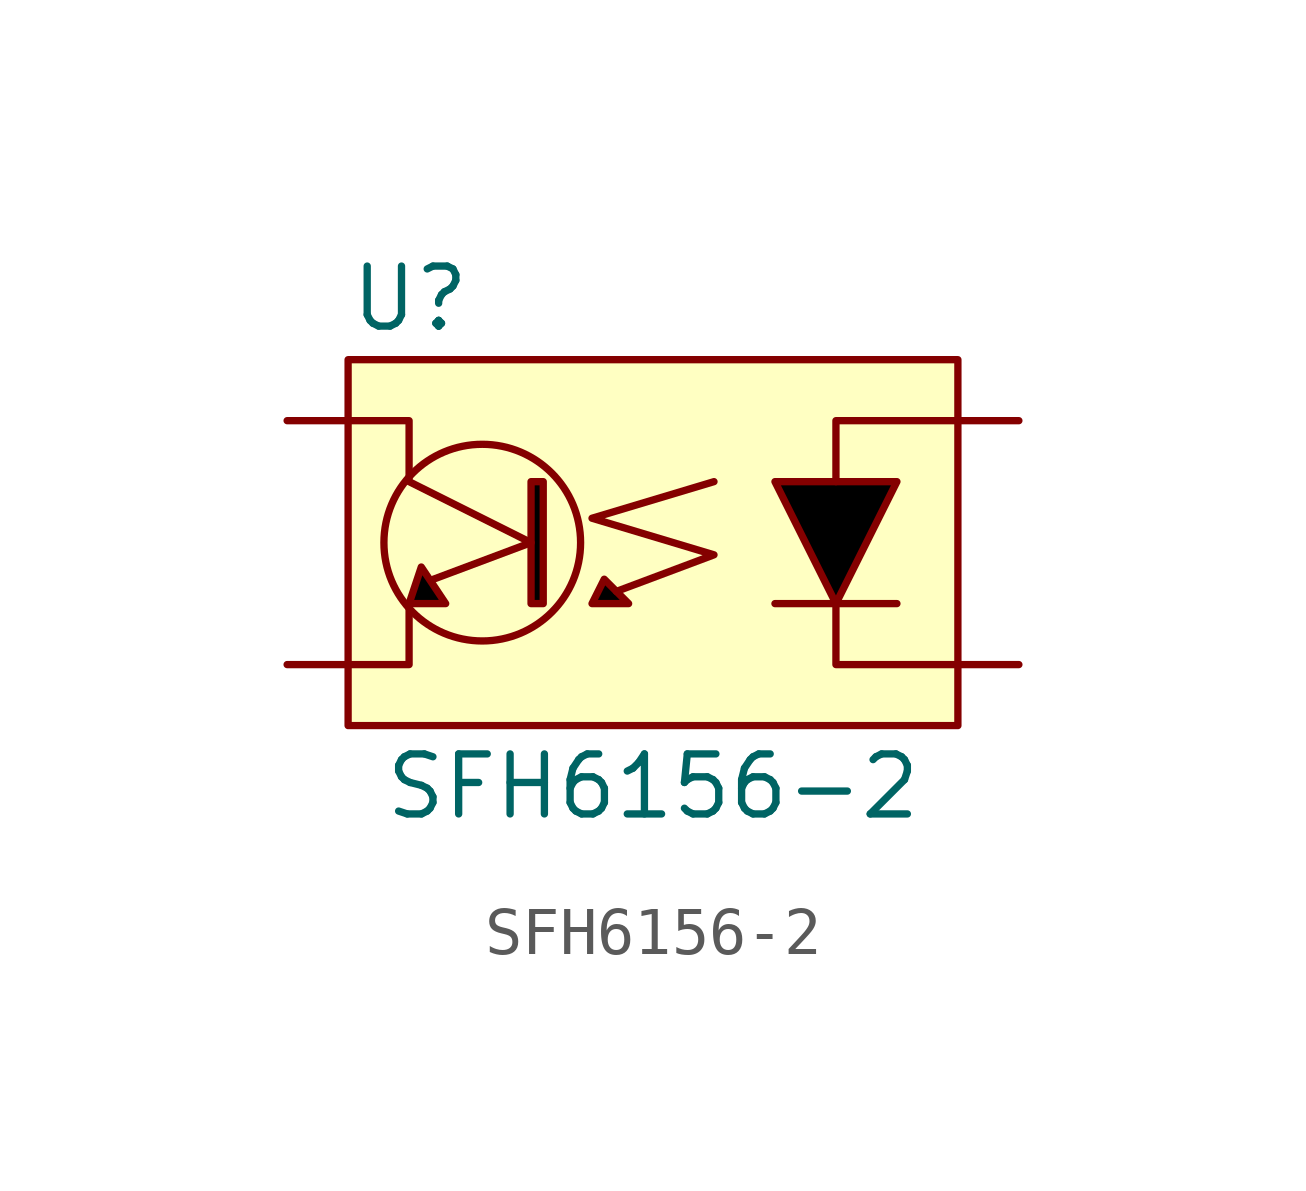
<source format=kicad_sym>
(kicad_symbol_lib
  (version 20231120)
  (generator "kicad_symbol_editor")
  (generator_version "8.0")
  (symbol "SFH6156-2"
    (pin_numbers hide)
    (pin_names hide)
    (property "Reference" "U"
      (at -6.35 5.08 0)
      (effects (font (size 1.25 1.25)) (justify left)))
    (property "Value" "SFH6156-2"
      (at 0 -5.08 0)
      (effects (font (size 1.25 1.25))))
    (symbol "SFH6156-2_0_1"
      (polyline (pts (xy 2.54 -1.27) (xy 5.08 -1.27)) (stroke (width 0) (type default)) (fill (type none)))
      (polyline (pts (xy 3.81 -1.27) (xy 3.81 -2.54) (xy 6.35 -2.54)) (stroke (width 0) (type default)) (fill (type none)))
      (polyline (pts (xy 6.35 2.54) (xy 3.81 2.54) (xy 3.81 1.27)) (stroke (width 0) (type default)) (fill (type none))))
    (symbol "SFH6156-2_1_1"
      (rectangle (start -6.35 3.81) (end 6.35 -3.81) (stroke (width 0) (type default)) (fill (type background)))
      (circle (center -3.556 0) (radius 2.048) (stroke (width 0) (type default)) (fill (type none)))
      (rectangle (start -2.54 1.27) (end -2.286 -1.27) (stroke (width 0) (type default)) (fill (type color) (color 0 0 0 1)))
      (polyline (pts (xy -5.08 -1.27) (xy -5.08 -2.54) (xy -6.35 -2.54)) (stroke (width 0) (type default)) (fill (type none)))
      (polyline (pts (xy -4.826 -0.508) (xy -4.318 -1.27) (xy -5.08 -1.27) (xy -4.826 -0.508)) (stroke (width 0) (type default)) (fill (type color) (color 0 0 0 1)))
      (polyline (pts (xy -0.508 -1.27) (xy -1.27 -1.27) (xy -1.016 -0.762) (xy -0.508 -1.27)) (stroke (width 0) (type default)) (fill (type color) (color 0 0 0 1)))
      (polyline (pts (xy 1.27 1.27) (xy -1.27 0.508) (xy 1.27 -0.254) (xy -0.762 -1.016)) (stroke (width 0) (type default)) (fill (type none)))
      (polyline (pts (xy 5.08 1.27) (xy 2.54 1.27) (xy 3.81 -1.27) (xy 5.08 1.27)) (stroke (width 0) (type default)) (fill (type color) (color 0 0 0 1)))
      (polyline (pts (xy -6.35 2.54) (xy -5.08 2.54) (xy -5.08 1.27) (xy -2.54 0) (xy -4.572 -0.762)) (stroke (width 0) (type default)) (fill (type none)))
      (pin bidirectional line (at 7.62 2.54 180) (length 1.27) (name "ANODE" (effects (font (size 1.25 1.25)))) (number "A" (effects (font (size 1.25 1.25)))))
      (pin bidirectional line (at -7.62 2.54 0) (length 1.27) (name "COLLECTOR" (effects (font (size 1.25 1.25)))) (number "C" (effects (font (size 1.25 1.25)))))
      (pin bidirectional line (at -7.62 -2.54 0) (length 1.27) (name "EMITTER" (effects (font (size 1.25 1.25)))) (number "E" (effects (font (size 1.25 1.25)))))
      (pin bidirectional line (at 7.62 -2.54 180) (length 1.27) (name "CATHODE" (effects (font (size 1.25 1.25)))) (number "K" (effects (font (size 1.25 1.25))))))))
</source>
